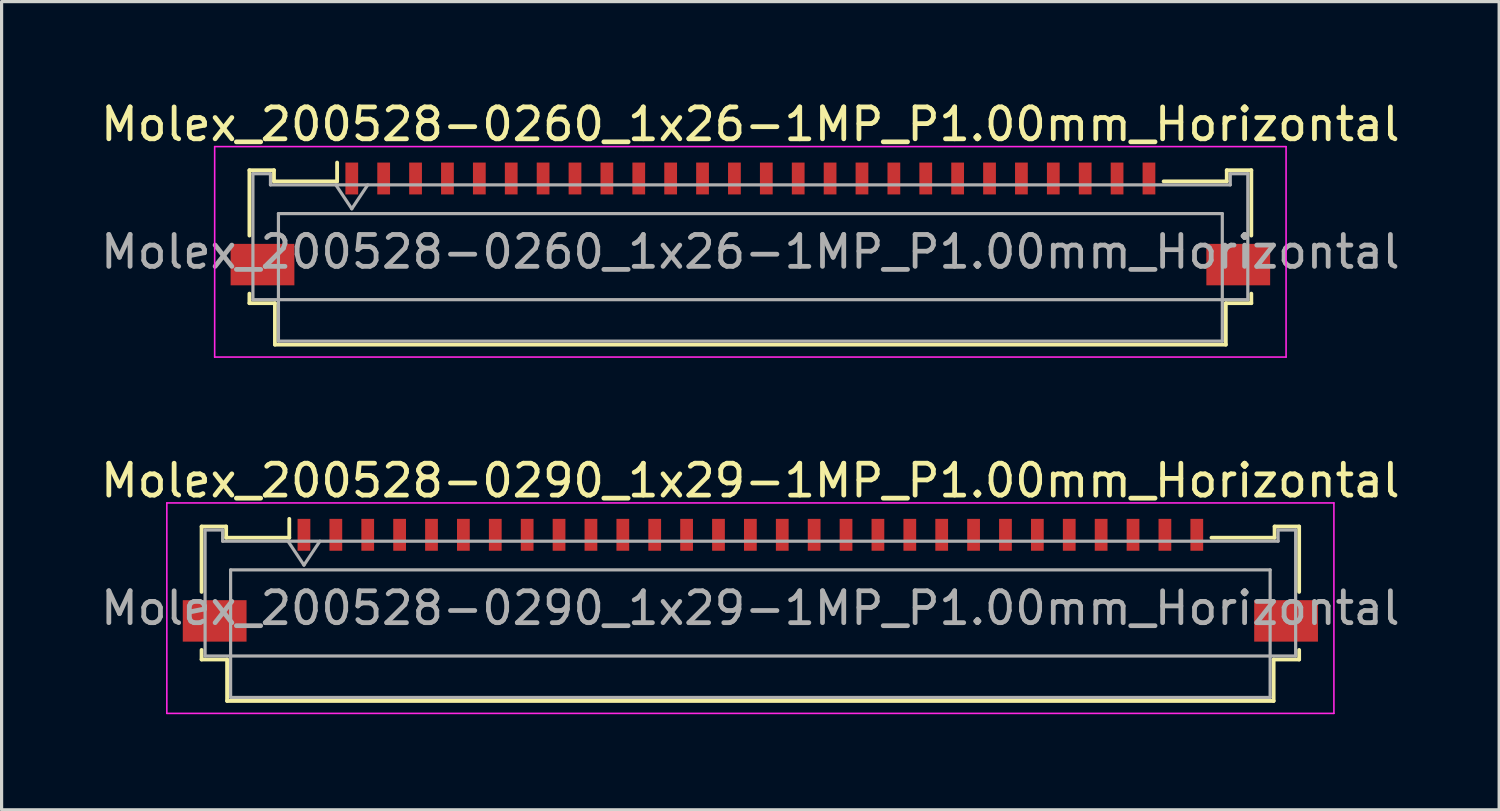
<source format=kicad_pcb>
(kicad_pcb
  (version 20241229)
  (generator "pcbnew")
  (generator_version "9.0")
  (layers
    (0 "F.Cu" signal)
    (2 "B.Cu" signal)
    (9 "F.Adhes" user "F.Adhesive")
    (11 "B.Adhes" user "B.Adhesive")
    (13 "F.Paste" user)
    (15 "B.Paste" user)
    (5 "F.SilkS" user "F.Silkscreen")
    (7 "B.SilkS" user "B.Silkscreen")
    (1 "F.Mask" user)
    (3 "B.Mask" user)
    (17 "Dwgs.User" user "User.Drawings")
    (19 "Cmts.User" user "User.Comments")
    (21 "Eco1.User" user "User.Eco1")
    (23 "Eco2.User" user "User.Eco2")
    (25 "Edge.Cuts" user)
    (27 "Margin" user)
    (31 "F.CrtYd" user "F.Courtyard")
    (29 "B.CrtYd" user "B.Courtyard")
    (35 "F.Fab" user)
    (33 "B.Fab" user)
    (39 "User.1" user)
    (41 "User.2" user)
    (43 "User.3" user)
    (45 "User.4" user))
  (footprint "Molex_200528-0260_1x26-1MP_P1.00mm_Horizontal"
    (layer "F.Cu")
    (at 20.482 3.458)
    (property "Reference" "Molex_200528-0260_1x26-1MP_P1.00mm_Horizontal" (at 0 -2.61 0) (layer "F.SilkS") (effects (font (size 1 1) (thickness 0.15))))
    (attr smd)
    (fp_line (start -15.71 -1.17) (end -15.71 0.88) (stroke (width 0.12) (type solid)) (layer "F.SilkS"))
    (fp_line (start -15.71 2.7) (end -15.71 3) (stroke (width 0.12) (type solid)) (layer "F.SilkS"))
    (fp_line (start -15.71 3) (end -14.91 3) (stroke (width 0.12) (type solid)) (layer "F.SilkS"))
    (fp_line (start -14.94 -1.17) (end -15.71 -1.17) (stroke (width 0.12) (type solid)) (layer "F.SilkS"))
    (fp_line (start -14.94 -0.82) (end -14.94 -1.17) (stroke (width 0.12) (type solid)) (layer "F.SilkS"))
    (fp_line (start -14.91 3) (end -14.91 4.3) (stroke (width 0.12) (type solid)) (layer "F.SilkS"))
    (fp_line (start -14.91 4.3) (end 14.91 4.3) (stroke (width 0.12) (type solid)) (layer "F.SilkS"))
    (fp_line (start -12.96 -1.41) (end -12.96 -0.82) (stroke (width 0.12) (type solid)) (layer "F.SilkS"))
    (fp_line (start -12.96 -0.82) (end -14.94 -0.82) (stroke (width 0.12) (type solid)) (layer "F.SilkS"))
    (fp_line (start 14.91 3) (end 15.71 3) (stroke (width 0.12) (type solid)) (layer "F.SilkS"))
    (fp_line (start 14.91 4.3) (end 14.91 3) (stroke (width 0.12) (type solid)) (layer "F.SilkS"))
    (fp_line (start 14.94 -1.17) (end 14.94 -0.82) (stroke (width 0.12) (type solid)) (layer "F.SilkS"))
    (fp_line (start 14.94 -0.82) (end 12.96 -0.82) (stroke (width 0.12) (type solid)) (layer "F.SilkS"))
    (fp_line (start 15.71 -1.17) (end 14.94 -1.17) (stroke (width 0.12) (type solid)) (layer "F.SilkS"))
    (fp_line (start 15.71 0.88) (end 15.71 -1.17) (stroke (width 0.12) (type solid)) (layer "F.SilkS"))
    (fp_line (start 15.71 3) (end 15.71 2.7) (stroke (width 0.12) (type solid)) (layer "F.SilkS"))
    (fp_line (start -16.8 -1.91) (end -16.8 4.69) (stroke (width 0.05) (type solid)) (layer "F.CrtYd"))
    (fp_line (start -16.8 4.69) (end 16.8 4.69) (stroke (width 0.05) (type solid)) (layer "F.CrtYd"))
    (fp_line (start 16.8 -1.91) (end -16.8 -1.91) (stroke (width 0.05) (type solid)) (layer "F.CrtYd"))
    (fp_line (start 16.8 4.69) (end 16.8 -1.91) (stroke (width 0.05) (type solid)) (layer "F.CrtYd"))
    (fp_line (start -15.6 -1.06) (end -15.6 2.89) (stroke (width 0.1) (type solid)) (layer "F.Fab"))
    (fp_line (start -15.6 2.89) (end 15.6 2.89) (stroke (width 0.1) (type solid)) (layer "F.Fab"))
    (fp_line (start -15.05 -1.06) (end -15.6 -1.06) (stroke (width 0.1) (type solid)) (layer "F.Fab"))
    (fp_line (start -15.05 -0.71) (end -15.05 -1.06) (stroke (width 0.1) (type solid)) (layer "F.Fab"))
    (fp_line (start -14.8 0.19) (end -14.8 4.19) (stroke (width 0.1) (type solid)) (layer "F.Fab"))
    (fp_line (start -14.8 4.19) (end 14.8 4.19) (stroke (width 0.1) (type solid)) (layer "F.Fab"))
    (fp_line (start -13 -0.71) (end -12.5 0.04) (stroke (width 0.1) (type solid)) (layer "F.Fab"))
    (fp_line (start -12.5 0.04) (end -12 -0.71) (stroke (width 0.1) (type solid)) (layer "F.Fab"))
    (fp_line (start 14.8 0.19) (end -14.8 0.19) (stroke (width 0.1) (type solid)) (layer "F.Fab"))
    (fp_line (start 14.8 4.19) (end 14.8 0.19) (stroke (width 0.1) (type solid)) (layer "F.Fab"))
    (fp_line (start 15.05 -1.06) (end 15.05 -0.71) (stroke (width 0.1) (type solid)) (layer "F.Fab"))
    (fp_line (start 15.05 -0.71) (end -15.05 -0.71) (stroke (width 0.1) (type solid)) (layer "F.Fab"))
    (fp_line (start 15.6 -1.06) (end 15.05 -1.06) (stroke (width 0.1) (type solid)) (layer "F.Fab"))
    (fp_line (start 15.6 2.89) (end 15.6 -1.06) (stroke (width 0.1) (type solid)) (layer "F.Fab"))
    (fp_text user "${REFERENCE}" (at 0 1.39 0) (layer "F.Fab") (effects (font (size 1 1) (thickness 0.15))))
    (pad "1" smd rect (at -12.5 -0.91) (size 0.4 1) (layers "F.Cu" "F.Mask" "F.Paste"))
    (pad "2" smd rect (at -11.5 -0.91) (size 0.4 1) (layers "F.Cu" "F.Mask" "F.Paste"))
    (pad "3" smd rect (at -10.5 -0.91) (size 0.4 1) (layers "F.Cu" "F.Mask" "F.Paste"))
    (pad "4" smd rect (at -9.5 -0.91) (size 0.4 1) (layers "F.Cu" "F.Mask" "F.Paste"))
    (pad "5" smd rect (at -8.5 -0.91) (size 0.4 1) (layers "F.Cu" "F.Mask" "F.Paste"))
    (pad "6" smd rect (at -7.5 -0.91) (size 0.4 1) (layers "F.Cu" "F.Mask" "F.Paste"))
    (pad "7" smd rect (at -6.5 -0.91) (size 0.4 1) (layers "F.Cu" "F.Mask" "F.Paste"))
    (pad "8" smd rect (at -5.5 -0.91) (size 0.4 1) (layers "F.Cu" "F.Mask" "F.Paste"))
    (pad "9" smd rect (at -4.5 -0.91) (size 0.4 1) (layers "F.Cu" "F.Mask" "F.Paste"))
    (pad "10" smd rect (at -3.5 -0.91) (size 0.4 1) (layers "F.Cu" "F.Mask" "F.Paste"))
    (pad "11" smd rect (at -2.5 -0.91) (size 0.4 1) (layers "F.Cu" "F.Mask" "F.Paste"))
    (pad "12" smd rect (at -1.5 -0.91) (size 0.4 1) (layers "F.Cu" "F.Mask" "F.Paste"))
    (pad "13" smd rect (at -0.5 -0.91) (size 0.4 1) (layers "F.Cu" "F.Mask" "F.Paste"))
    (pad "14" smd rect (at 0.5 -0.91) (size 0.4 1) (layers "F.Cu" "F.Mask" "F.Paste"))
    (pad "15" smd rect (at 1.5 -0.91) (size 0.4 1) (layers "F.Cu" "F.Mask" "F.Paste"))
    (pad "16" smd rect (at 2.5 -0.91) (size 0.4 1) (layers "F.Cu" "F.Mask" "F.Paste"))
    (pad "17" smd rect (at 3.5 -0.91) (size 0.4 1) (layers "F.Cu" "F.Mask" "F.Paste"))
    (pad "18" smd rect (at 4.5 -0.91) (size 0.4 1) (layers "F.Cu" "F.Mask" "F.Paste"))
    (pad "19" smd rect (at 5.5 -0.91) (size 0.4 1) (layers "F.Cu" "F.Mask" "F.Paste"))
    (pad "20" smd rect (at 6.5 -0.91) (size 0.4 1) (layers "F.Cu" "F.Mask" "F.Paste"))
    (pad "21" smd rect (at 7.5 -0.91) (size 0.4 1) (layers "F.Cu" "F.Mask" "F.Paste"))
    (pad "22" smd rect (at 8.5 -0.91) (size 0.4 1) (layers "F.Cu" "F.Mask" "F.Paste"))
    (pad "23" smd rect (at 9.5 -0.91) (size 0.4 1) (layers "F.Cu" "F.Mask" "F.Paste"))
    (pad "24" smd rect (at 10.5 -0.91) (size 0.4 1) (layers "F.Cu" "F.Mask" "F.Paste"))
    (pad "25" smd rect (at 11.5 -0.91) (size 0.4 1) (layers "F.Cu" "F.Mask" "F.Paste"))
    (pad "26" smd rect (at 12.5 -0.91) (size 0.4 1) (layers "F.Cu" "F.Mask" "F.Paste"))
    (pad "MP" smd rect (at -15.3 1.79) (size 2 1.3) (layers "F.Cu" "F.Mask" "F.Paste"))
    (pad "MP" smd rect (at 15.3 1.79) (size 2 1.3) (layers "F.Cu" "F.Mask" "F.Paste")))
  (footprint "Molex_200528-0290_1x29-1MP_P1.00mm_Horizontal"
    (layer "F.Cu")
    (at 20.482 14.632)
    (property "Reference" "Molex_200528-0290_1x29-1MP_P1.00mm_Horizontal" (at 0 -2.61 0) (layer "F.SilkS") (effects (font (size 1 1) (thickness 0.15))))
    (attr smd)
    (fp_line (start -17.21 -1.17) (end -17.21 0.88) (stroke (width 0.12) (type solid)) (layer "F.SilkS"))
    (fp_line (start -17.21 2.7) (end -17.21 3) (stroke (width 0.12) (type solid)) (layer "F.SilkS"))
    (fp_line (start -17.21 3) (end -16.41 3) (stroke (width 0.12) (type solid)) (layer "F.SilkS"))
    (fp_line (start -16.44 -1.17) (end -17.21 -1.17) (stroke (width 0.12) (type solid)) (layer "F.SilkS"))
    (fp_line (start -16.44 -0.82) (end -16.44 -1.17) (stroke (width 0.12) (type solid)) (layer "F.SilkS"))
    (fp_line (start -16.41 3) (end -16.41 4.3) (stroke (width 0.12) (type solid)) (layer "F.SilkS"))
    (fp_line (start -16.41 4.3) (end 16.41 4.3) (stroke (width 0.12) (type solid)) (layer "F.SilkS"))
    (fp_line (start -14.46 -1.41) (end -14.46 -0.82) (stroke (width 0.12) (type solid)) (layer "F.SilkS"))
    (fp_line (start -14.46 -0.82) (end -16.44 -0.82) (stroke (width 0.12) (type solid)) (layer "F.SilkS"))
    (fp_line (start 16.41 3) (end 17.21 3) (stroke (width 0.12) (type solid)) (layer "F.SilkS"))
    (fp_line (start 16.41 4.3) (end 16.41 3) (stroke (width 0.12) (type solid)) (layer "F.SilkS"))
    (fp_line (start 16.44 -1.17) (end 16.44 -0.82) (stroke (width 0.12) (type solid)) (layer "F.SilkS"))
    (fp_line (start 16.44 -0.82) (end 14.46 -0.82) (stroke (width 0.12) (type solid)) (layer "F.SilkS"))
    (fp_line (start 17.21 -1.17) (end 16.44 -1.17) (stroke (width 0.12) (type solid)) (layer "F.SilkS"))
    (fp_line (start 17.21 0.88) (end 17.21 -1.17) (stroke (width 0.12) (type solid)) (layer "F.SilkS"))
    (fp_line (start 17.21 3) (end 17.21 2.7) (stroke (width 0.12) (type solid)) (layer "F.SilkS"))
    (fp_line (start -18.3 -1.91) (end -18.3 4.69) (stroke (width 0.05) (type solid)) (layer "F.CrtYd"))
    (fp_line (start -18.3 4.69) (end 18.3 4.69) (stroke (width 0.05) (type solid)) (layer "F.CrtYd"))
    (fp_line (start 18.3 -1.91) (end -18.3 -1.91) (stroke (width 0.05) (type solid)) (layer "F.CrtYd"))
    (fp_line (start 18.3 4.69) (end 18.3 -1.91) (stroke (width 0.05) (type solid)) (layer "F.CrtYd"))
    (fp_line (start -17.1 -1.06) (end -17.1 2.89) (stroke (width 0.1) (type solid)) (layer "F.Fab"))
    (fp_line (start -17.1 2.89) (end 17.1 2.89) (stroke (width 0.1) (type solid)) (layer "F.Fab"))
    (fp_line (start -16.55 -1.06) (end -17.1 -1.06) (stroke (width 0.1) (type solid)) (layer "F.Fab"))
    (fp_line (start -16.55 -0.71) (end -16.55 -1.06) (stroke (width 0.1) (type solid)) (layer "F.Fab"))
    (fp_line (start -16.3 0.19) (end -16.3 4.19) (stroke (width 0.1) (type solid)) (layer "F.Fab"))
    (fp_line (start -16.3 4.19) (end 16.3 4.19) (stroke (width 0.1) (type solid)) (layer "F.Fab"))
    (fp_line (start -14.5 -0.71) (end -14 0.04) (stroke (width 0.1) (type solid)) (layer "F.Fab"))
    (fp_line (start -14 0.04) (end -13.5 -0.71) (stroke (width 0.1) (type solid)) (layer "F.Fab"))
    (fp_line (start 16.3 0.19) (end -16.3 0.19) (stroke (width 0.1) (type solid)) (layer "F.Fab"))
    (fp_line (start 16.3 4.19) (end 16.3 0.19) (stroke (width 0.1) (type solid)) (layer "F.Fab"))
    (fp_line (start 16.55 -1.06) (end 16.55 -0.71) (stroke (width 0.1) (type solid)) (layer "F.Fab"))
    (fp_line (start 16.55 -0.71) (end -16.55 -0.71) (stroke (width 0.1) (type solid)) (layer "F.Fab"))
    (fp_line (start 17.1 -1.06) (end 16.55 -1.06) (stroke (width 0.1) (type solid)) (layer "F.Fab"))
    (fp_line (start 17.1 2.89) (end 17.1 -1.06) (stroke (width 0.1) (type solid)) (layer "F.Fab"))
    (fp_text user "${REFERENCE}" (at 0 1.39 0) (layer "F.Fab") (effects (font (size 1 1) (thickness 0.15))))
    (pad "1" smd rect (at -14 -0.91) (size 0.4 1) (layers "F.Cu" "F.Mask" "F.Paste"))
    (pad "2" smd rect (at -13 -0.91) (size 0.4 1) (layers "F.Cu" "F.Mask" "F.Paste"))
    (pad "3" smd rect (at -12 -0.91) (size 0.4 1) (layers "F.Cu" "F.Mask" "F.Paste"))
    (pad "4" smd rect (at -11 -0.91) (size 0.4 1) (layers "F.Cu" "F.Mask" "F.Paste"))
    (pad "5" smd rect (at -10 -0.91) (size 0.4 1) (layers "F.Cu" "F.Mask" "F.Paste"))
    (pad "6" smd rect (at -9 -0.91) (size 0.4 1) (layers "F.Cu" "F.Mask" "F.Paste"))
    (pad "7" smd rect (at -8 -0.91) (size 0.4 1) (layers "F.Cu" "F.Mask" "F.Paste"))
    (pad "8" smd rect (at -7 -0.91) (size 0.4 1) (layers "F.Cu" "F.Mask" "F.Paste"))
    (pad "9" smd rect (at -6 -0.91) (size 0.4 1) (layers "F.Cu" "F.Mask" "F.Paste"))
    (pad "10" smd rect (at -5 -0.91) (size 0.4 1) (layers "F.Cu" "F.Mask" "F.Paste"))
    (pad "11" smd rect (at -4 -0.91) (size 0.4 1) (layers "F.Cu" "F.Mask" "F.Paste"))
    (pad "12" smd rect (at -3 -0.91) (size 0.4 1) (layers "F.Cu" "F.Mask" "F.Paste"))
    (pad "13" smd rect (at -2 -0.91) (size 0.4 1) (layers "F.Cu" "F.Mask" "F.Paste"))
    (pad "14" smd rect (at -1 -0.91) (size 0.4 1) (layers "F.Cu" "F.Mask" "F.Paste"))
    (pad "15" smd rect (at 0 -0.91) (size 0.4 1) (layers "F.Cu" "F.Mask" "F.Paste"))
    (pad "16" smd rect (at 1 -0.91) (size 0.4 1) (layers "F.Cu" "F.Mask" "F.Paste"))
    (pad "17" smd rect (at 2 -0.91) (size 0.4 1) (layers "F.Cu" "F.Mask" "F.Paste"))
    (pad "18" smd rect (at 3 -0.91) (size 0.4 1) (layers "F.Cu" "F.Mask" "F.Paste"))
    (pad "19" smd rect (at 4 -0.91) (size 0.4 1) (layers "F.Cu" "F.Mask" "F.Paste"))
    (pad "20" smd rect (at 5 -0.91) (size 0.4 1) (layers "F.Cu" "F.Mask" "F.Paste"))
    (pad "21" smd rect (at 6 -0.91) (size 0.4 1) (layers "F.Cu" "F.Mask" "F.Paste"))
    (pad "22" smd rect (at 7 -0.91) (size 0.4 1) (layers "F.Cu" "F.Mask" "F.Paste"))
    (pad "23" smd rect (at 8 -0.91) (size 0.4 1) (layers "F.Cu" "F.Mask" "F.Paste"))
    (pad "24" smd rect (at 9 -0.91) (size 0.4 1) (layers "F.Cu" "F.Mask" "F.Paste"))
    (pad "25" smd rect (at 10 -0.91) (size 0.4 1) (layers "F.Cu" "F.Mask" "F.Paste"))
    (pad "26" smd rect (at 11 -0.91) (size 0.4 1) (layers "F.Cu" "F.Mask" "F.Paste"))
    (pad "27" smd rect (at 12 -0.91) (size 0.4 1) (layers "F.Cu" "F.Mask" "F.Paste"))
    (pad "28" smd rect (at 13 -0.91) (size 0.4 1) (layers "F.Cu" "F.Mask" "F.Paste"))
    (pad "29" smd rect (at 14 -0.91) (size 0.4 1) (layers "F.Cu" "F.Mask" "F.Paste"))
    (pad "MP" smd rect (at -16.8 1.79) (size 2 1.3) (layers "F.Cu" "F.Mask" "F.Paste"))
    (pad "MP" smd rect (at 16.8 1.79) (size 2 1.3) (layers "F.Cu" "F.Mask" "F.Paste")))
  (gr_rect
    (start -3 -3)
    (end 43.964 22.346)
    (stroke (width 0.1) (type default))
    (fill no)
    (layer "Edge.Cuts")))
</source>
